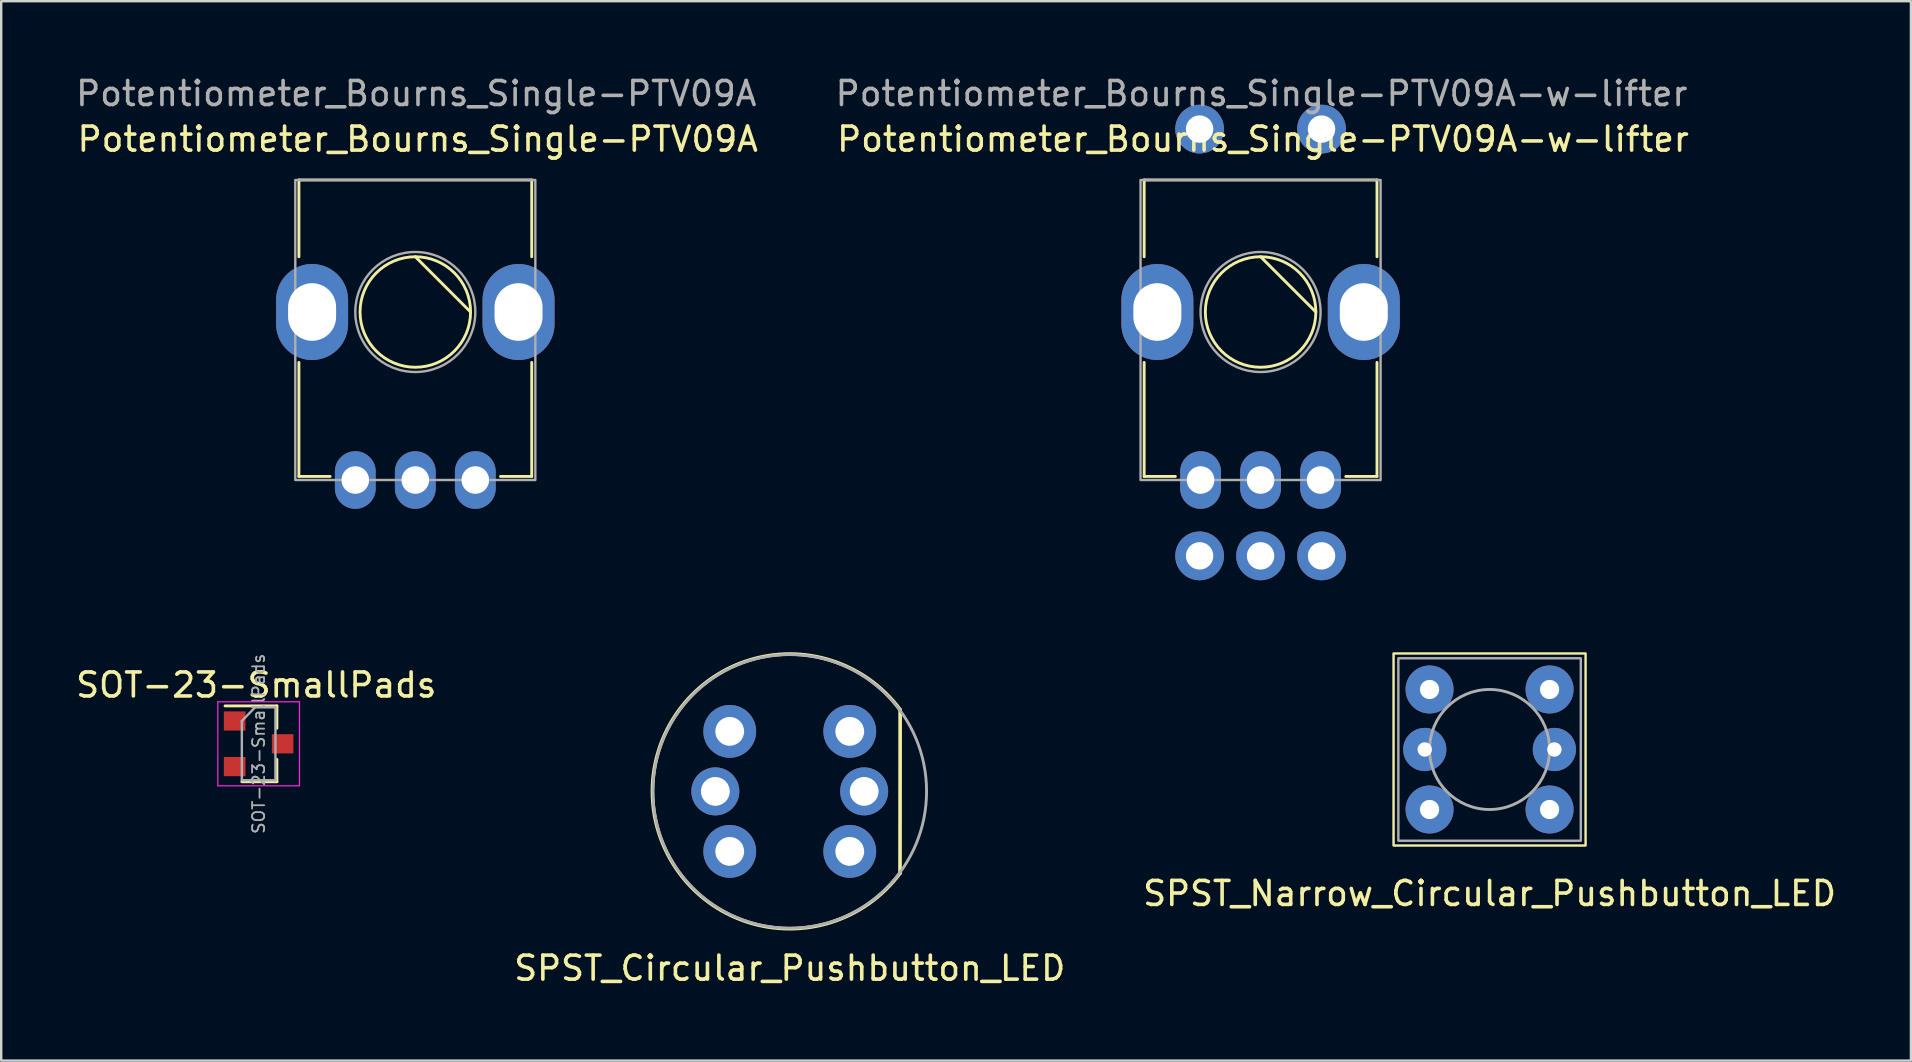
<source format=kicad_pcb>
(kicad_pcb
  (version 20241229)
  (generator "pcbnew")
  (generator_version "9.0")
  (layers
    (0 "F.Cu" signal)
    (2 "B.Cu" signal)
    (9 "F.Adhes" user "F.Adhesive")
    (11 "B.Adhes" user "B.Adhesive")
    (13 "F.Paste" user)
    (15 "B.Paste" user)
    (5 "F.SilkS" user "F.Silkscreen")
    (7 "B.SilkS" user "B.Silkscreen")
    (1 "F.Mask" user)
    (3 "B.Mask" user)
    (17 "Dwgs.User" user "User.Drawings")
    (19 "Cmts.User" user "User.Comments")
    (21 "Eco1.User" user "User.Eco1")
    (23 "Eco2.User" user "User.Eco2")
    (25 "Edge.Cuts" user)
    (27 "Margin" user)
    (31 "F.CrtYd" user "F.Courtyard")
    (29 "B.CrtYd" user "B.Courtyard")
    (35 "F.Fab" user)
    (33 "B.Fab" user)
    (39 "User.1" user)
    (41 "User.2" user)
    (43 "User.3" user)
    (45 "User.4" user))
  (footprint "SOT-23-SmallPads"
    (layer "F.Cu")
    (at 7.625 27.887)
    (property "Reference" "SOT-23-SmallPads" (at 0 -2.4 0) (layer "F.SilkS") (effects (font (size 1 1) (thickness 0.15))))
    (attr smd)
    (fp_line (start 0.86 -1.53) (end -1.3 -1.53) (stroke (width 0.12) (type solid)) (layer "F.SilkS"))
    (fp_line (start 0.86 -1.53) (end 0.86 -0.6) (stroke (width 0.12) (type solid)) (layer "F.SilkS"))
    (fp_line (start 0.86 1.63) (end -0.6 1.63) (stroke (width 0.12) (type solid)) (layer "F.SilkS"))
    (fp_line (start 0.86 1.63) (end 0.86 0.7) (stroke (width 0.12) (type solid)) (layer "F.SilkS"))
    (fp_line (start -1.6 -1.7) (end 1.8 -1.7) (stroke (width 0.05) (type solid)) (layer "F.CrtYd"))
    (fp_line (start -1.6 1.8) (end -1.6 -1.7) (stroke (width 0.05) (type solid)) (layer "F.CrtYd"))
    (fp_line (start 1.8 -1.7) (end 1.8 1.8) (stroke (width 0.05) (type solid)) (layer "F.CrtYd"))
    (fp_line (start 1.8 1.8) (end -1.6 1.8) (stroke (width 0.05) (type solid)) (layer "F.CrtYd"))
    (fp_line (start -0.6 -0.9) (end -0.6 1.55) (stroke (width 0.1) (type solid)) (layer "F.Fab"))
    (fp_line (start -0.6 -0.9) (end -0.05 -1.47) (stroke (width 0.1) (type solid)) (layer "F.Fab"))
    (fp_line (start -0.6 1.57) (end 0.8 1.57) (stroke (width 0.1) (type solid)) (layer "F.Fab"))
    (fp_line (start -0.05 -1.47) (end 0.8 -1.47) (stroke (width 0.1) (type solid)) (layer "F.Fab"))
    (fp_line (start 0.8 -1.47) (end 0.8 1.57) (stroke (width 0.1) (type solid)) (layer "F.Fab"))
    (fp_text user "${REFERENCE}" (at 0.1 0.05 270) (layer "F.Fab") (effects (font (size 0.5 0.5) (thickness 0.075))))
    (pad "1" smd rect (at -0.9 -0.9) (size 0.9 0.8) (layers "F.Cu" "F.Mask" "F.Paste"))
    (pad "2" smd rect (at -0.9 1) (size 0.9 0.8) (layers "F.Cu" "F.Mask" "F.Paste"))
    (pad "3" smd rect (at 1.1 0.05) (size 0.9 0.8) (layers "F.Cu" "F.Mask" "F.Paste")))
  (footprint "Potentiometer_Bourns_Single-PTV09A"
    (layer "F.Cu")
    (at 14.252 9.948)
    (property "Reference" "Potentiometer_Bourns_Single-PTV09A" (at 0.1 -7.2 180) (layer "F.SilkS") (effects (font (size 1 1) (thickness 0.15))))
    (attr through_hole)
    (fp_line (start -4.85 -5.5) (end -4.85 -2.3) (stroke (width 0.12) (type default)) (layer "F.SilkS"))
    (fp_line (start -4.85 -5.5) (end 4.85 -5.5) (stroke (width 0.12) (type default)) (layer "F.SilkS"))
    (fp_line (start -4.85 2.1) (end -4.85 6.85) (stroke (width 0.12) (type default)) (layer "F.SilkS"))
    (fp_line (start -3.55 6.85) (end -4.85 6.85) (stroke (width 0.12) (type default)) (layer "F.SilkS"))
    (fp_line (start 0 -2.302) (end 2.302 0) (stroke (width 0.12) (type default)) (layer "F.SilkS"))
    (fp_line (start 4.85 -5.5) (end 4.85 -2.3) (stroke (width 0.12) (type default)) (layer "F.SilkS"))
    (fp_line (start 4.85 2.1) (end 4.85 6.85) (stroke (width 0.12) (type default)) (layer "F.SilkS"))
    (fp_line (start 4.85 6.85) (end 3.55 6.85) (stroke (width 0.12) (type default)) (layer "F.SilkS"))
    (fp_circle (center 0 0) (end 1.3 -1.9) (stroke (width 0.12) (type default)) (fill no) (layer "F.SilkS"))
    (fp_rect (start -5 -5.5) (end 5 7) (stroke (width 0.1) (type default)) (fill no) (layer "F.Fab"))
    (fp_circle (center 0 0) (end 2.5 0) (stroke (width 0.1) (type solid)) (fill no) (layer "F.Fab"))
    (fp_text user "${REFERENCE}" (at 0.04 -9.1 180) (layer "F.Fab") (effects (font (size 1 1) (thickness 0.15))))
    (pad "" thru_hole oval (at -4.3 0 180) (size 3 4) (drill oval 2 2.4) (layers "*.Cu" "*.Mask"))
    (pad "" thru_hole oval (at 4.3 0 180) (size 3 4) (drill oval 2 2.4) (layers "*.Cu" "*.Mask"))
    (pad "1" thru_hole oval (at -2.5 7 180) (size 1.7 2.4) (drill 1.15) (layers "*.Cu" "*.Mask"))
    (pad "2" thru_hole oval (at 0 7 180) (size 1.7 2.4) (drill 1.15) (layers "*.Cu" "*.Mask"))
    (pad "3" thru_hole oval (at 2.5 7 180) (size 1.7 2.4) (drill 1.15) (layers "*.Cu" "*.Mask")))
  (footprint "SPST_Circular_Pushbutton_LED"
    (layer "F.Cu")
    (at 29.851 29.919)
    (property "Reference" "SPST_Circular_Pushbutton_LED" (at 0 7.366 0) (layer "F.SilkS") (effects (font (size 1 1) (thickness 0.15))))
    (attr through_hole)
    (fp_line (start 4.6 -3.4) (end 4.594 3.409) (stroke (width 0.15) (type solid)) (layer "F.SilkS"))
    (fp_arc (start 4.593592 3.408653) (mid -5.720138 -0.005384) (end 4.6 -3.4) (stroke (width 0.15) (type solid)) (layer "F.SilkS"))
    (fp_circle (center 0 0) (end 5.7 0) (stroke (width 0.12) (type solid)) (fill no) (layer "F.Fab"))
    (pad "1" thru_hole circle (at -2.5 -2.5) (size 2.2 2.2) (drill 1.2) (layers "*.Cu" "*.Mask"))
    (pad "2" thru_hole circle (at 2.5 -2.5) (size 2.2 2.2) (drill 1.2) (layers "*.Cu" "*.Mask"))
    (pad "3" thru_hole circle (at -2.5 2.5) (size 2.2 2.2) (drill 1.2) (layers "*.Cu" "*.Mask"))
    (pad "4" thru_hole circle (at 2.5 2.5) (size 2.2 2.2) (drill 1.2) (layers "*.Cu" "*.Mask"))
    (pad "L1" thru_hole circle (at -3.1 0) (size 2 2) (drill 1.2) (layers "*.Cu" "*.Mask"))
    (pad "L2" thru_hole circle (at 3.1 0) (size 2 2) (drill 1.2) (layers "*.Cu" "*.Mask")))
  (footprint "Potentiometer_Bourns_Single-PTV09A-w-lifter"
    (layer "F.Cu")
    (at 49.466 9.948)
    (property "Reference" "Potentiometer_Bourns_Single-PTV09A-w-lifter" (at 0.1 -7.2 180) (layer "F.SilkS") (effects (font (size 1 1) (thickness 0.15))))
    (attr through_hole)
    (fp_line (start -4.85 -5.5) (end -4.85 -2.3) (stroke (width 0.12) (type default)) (layer "F.SilkS"))
    (fp_line (start -4.85 -5.5) (end 4.85 -5.5) (stroke (width 0.12) (type default)) (layer "F.SilkS"))
    (fp_line (start -4.85 2.1) (end -4.85 6.85) (stroke (width 0.12) (type default)) (layer "F.SilkS"))
    (fp_line (start -3.55 6.85) (end -4.85 6.85) (stroke (width 0.12) (type default)) (layer "F.SilkS"))
    (fp_line (start 0 -2.302) (end 2.302 0) (stroke (width 0.12) (type default)) (layer "F.SilkS"))
    (fp_line (start 4.85 -5.5) (end 4.85 -2.3) (stroke (width 0.12) (type default)) (layer "F.SilkS"))
    (fp_line (start 4.85 2.1) (end 4.85 6.85) (stroke (width 0.12) (type default)) (layer "F.SilkS"))
    (fp_line (start 4.85 6.85) (end 3.55 6.85) (stroke (width 0.12) (type default)) (layer "F.SilkS"))
    (fp_circle (center 0 0) (end 1.3 -1.9) (stroke (width 0.12) (type default)) (fill no) (layer "F.SilkS"))
    (fp_rect (start -5 -5.5) (end 5 7) (stroke (width 0.1) (type default)) (fill no) (layer "F.Fab"))
    (fp_circle (center 0 0) (end 2.5 0) (stroke (width 0.1) (type solid)) (fill no) (layer "F.Fab"))
    (fp_text user "${REFERENCE}" (at 0.04 -9.1 180) (layer "F.Fab") (effects (font (size 1 1) (thickness 0.15))))
    (pad "" thru_hole oval (at -4.3 0 180) (size 3 4) (drill oval 2 2.4) (layers "*.Cu" "*.Mask"))
    (pad "" thru_hole circle (at -2.54 -7.62) (size 2.032 2.032) (drill 1.143) (layers "*.Cu" "*.Mask"))
    (pad "" thru_hole circle (at 2.54 -7.62) (size 2.032 2.032) (drill 1.143) (layers "*.Cu" "*.Mask"))
    (pad "" thru_hole oval (at 4.3 0 180) (size 3 4) (drill oval 2 2.4) (layers "*.Cu" "*.Mask"))
    (pad "1" thru_hole circle (at -2.54 10.16) (size 2.032 2.032) (drill 1.143) (layers "*.Cu" "*.Mask"))
    (pad "1" thru_hole oval (at -2.5 7 180) (size 1.7 2.4) (drill 1.15) (layers "*.Cu" "*.Mask"))
    (pad "2" thru_hole oval (at 0 7 180) (size 1.7 2.4) (drill 1.15) (layers "*.Cu" "*.Mask"))
    (pad "2" thru_hole circle (at 0 10.16) (size 2.032 2.032) (drill 1.143) (layers "*.Cu" "*.Mask"))
    (pad "3" thru_hole oval (at 2.5 7 180) (size 1.7 2.4) (drill 1.15) (layers "*.Cu" "*.Mask"))
    (pad "3" thru_hole circle (at 2.54 10.16) (size 2.032 2.032) (drill 1.143) (layers "*.Cu" "*.Mask")))
  (footprint "SPST_Narrow_Circular_Pushbutton_LED"
    (layer "F.Cu")
    (at 59.006 28.174)
    (property "Reference" "SPST_Narrow_Circular_Pushbutton_LED" (at 0 6 0) (layer "F.SilkS") (effects (font (size 1 1) (thickness 0.15))))
    (attr through_hole)
    (fp_rect (start -4 -4) (end 4 4) (stroke (width 0.1) (type default)) (fill no) (layer "F.SilkS"))
    (fp_rect (start -3.8 -3.8) (end 3.8 3.8) (stroke (width 0.1) (type default)) (fill no) (layer "F.Fab"))
    (fp_circle (center 0 0) (end 2.5 0) (stroke (width 0.12) (type solid)) (fill no) (layer "F.Fab"))
    (pad "1" thru_hole circle (at -2.5 -2.5) (size 2 2) (drill 0.8) (layers "*.Cu" "*.Mask"))
    (pad "2" thru_hole circle (at 2.5 -2.5) (size 2 2) (drill 0.8) (layers "*.Cu" "*.Mask"))
    (pad "3" thru_hole circle (at -2.5 2.5) (size 2 2) (drill 0.8) (layers "*.Cu" "*.Mask"))
    (pad "4" thru_hole circle (at 2.5 2.5) (size 2 2) (drill 0.8) (layers "*.Cu" "*.Mask"))
    (pad "L1" thru_hole circle (at -2.7 0) (size 1.8 1.8) (drill 0.6) (layers "*.Cu" "*.Mask"))
    (pad "L2" thru_hole circle (at 2.7 0) (size 1.8 1.8) (drill 0.6) (layers "*.Cu" "*.Mask")))
  (gr_rect
    (start -3 -3)
    (end 76.56 41.134)
    (stroke (width 0.1) (type default))
    (fill no)
    (layer "Edge.Cuts")))
</source>
